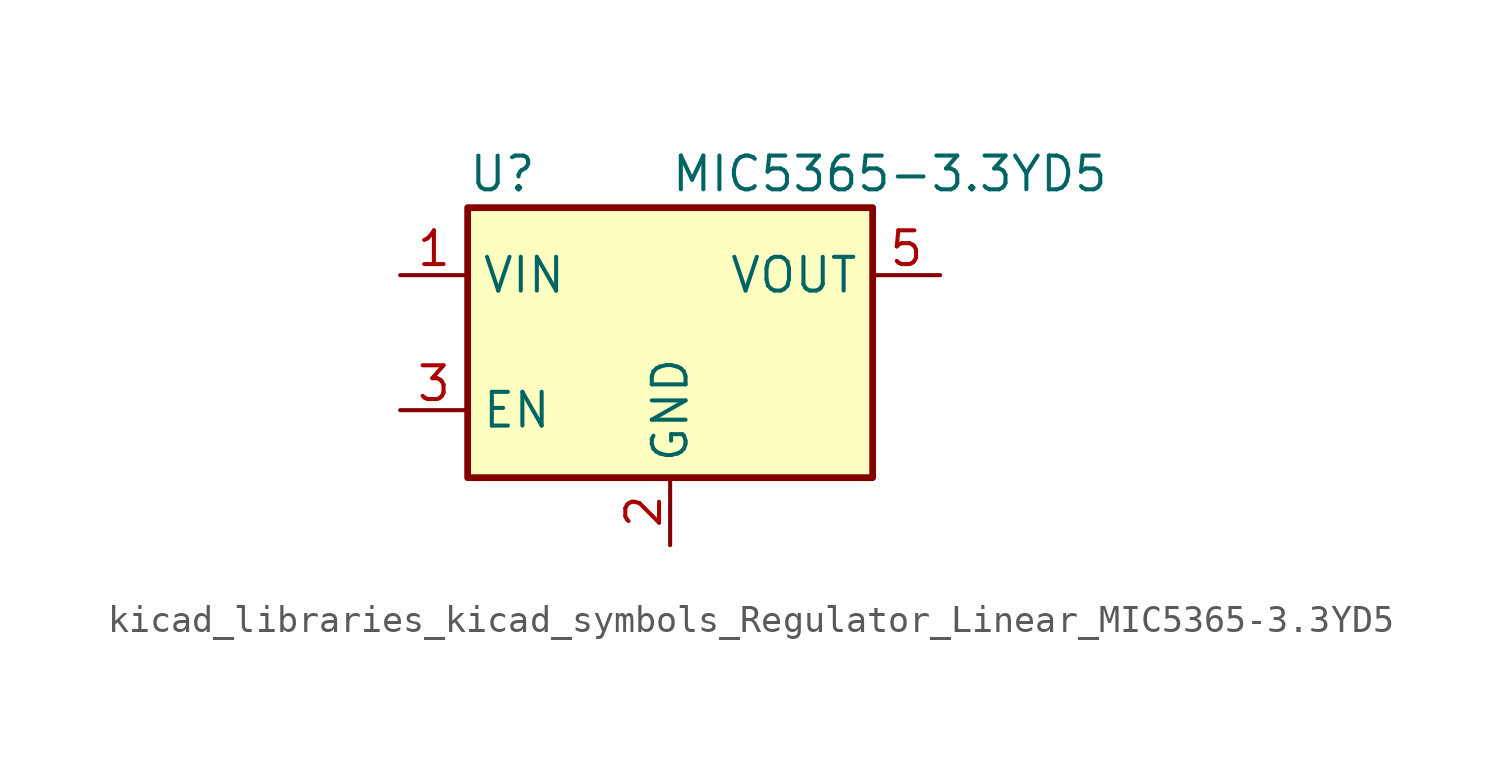
<source format=kicad_sym>
(kicad_symbol_lib
  (version 20220914)
  (generator kicad_symbol_editor)
  (symbol "kicad_libraries_kicad_symbols_Regulator_Linear_MIC5365-3.3YD5"
    (property "Reference" "U"
      (at -7.62 6.35 0)
      (effects (font (size 1.27 1.27)) (justify left)))
    (property "Value" "MIC5365-3.3YD5"
      (at 0 6.35 0)
      (effects (font (size 1.27 1.27)) (justify left)))
    (symbol "kicad_libraries_kicad_symbols_Regulator_Linear_MIC5365-3.3YD5_0_1"
      (rectangle (start -7.62 -5.08) (end 7.62 5.08) (stroke (width 0.254) (type default)) (fill (type background))))
    (symbol "kicad_libraries_kicad_symbols_Regulator_Linear_MIC5365-3.3YD5_1_1"
      (pin power_in line (at -10.16 2.54 0) (length 2.54) (name "VIN" (effects (font (size 1.27 1.27)))) (number "1" (effects (font (size 1.27 1.27)))))
      (pin power_in line (at 0 -7.62 90) (length 2.54) (name "GND" (effects (font (size 1.27 1.27)))) (number "2" (effects (font (size 1.27 1.27)))))
      (pin input line (at -10.16 -2.54 0) (length 2.54) (name "EN" (effects (font (size 1.27 1.27)))) (number "3" (effects (font (size 1.27 1.27)))))
      (pin no_connect line (at 7.62 -2.54 180) (length 2.54) hide (name "NC" (effects (font (size 1.27 1.27)))) (number "4" (effects (font (size 1.27 1.27)))))
      (pin power_out line (at 10.16 2.54 180) (length 2.54) (name "VOUT" (effects (font (size 1.27 1.27)))) (number "5" (effects (font (size 1.27 1.27))))))))
</source>
